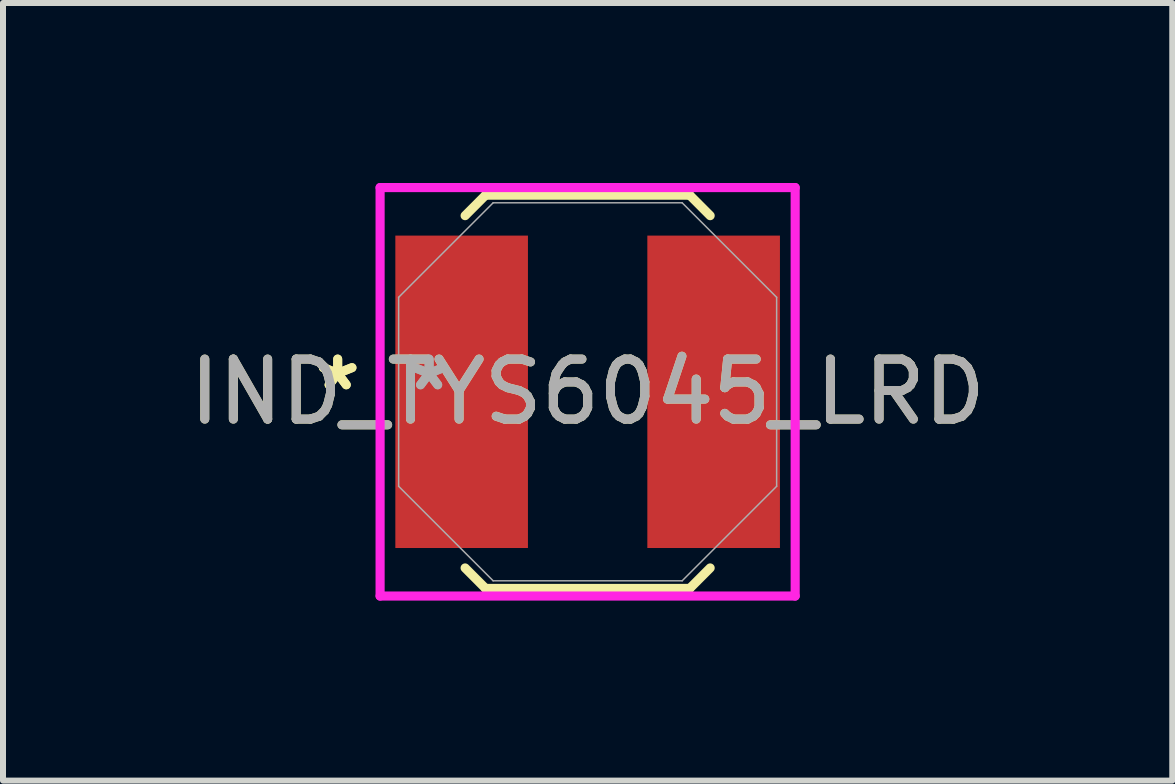
<source format=kicad_pcb>
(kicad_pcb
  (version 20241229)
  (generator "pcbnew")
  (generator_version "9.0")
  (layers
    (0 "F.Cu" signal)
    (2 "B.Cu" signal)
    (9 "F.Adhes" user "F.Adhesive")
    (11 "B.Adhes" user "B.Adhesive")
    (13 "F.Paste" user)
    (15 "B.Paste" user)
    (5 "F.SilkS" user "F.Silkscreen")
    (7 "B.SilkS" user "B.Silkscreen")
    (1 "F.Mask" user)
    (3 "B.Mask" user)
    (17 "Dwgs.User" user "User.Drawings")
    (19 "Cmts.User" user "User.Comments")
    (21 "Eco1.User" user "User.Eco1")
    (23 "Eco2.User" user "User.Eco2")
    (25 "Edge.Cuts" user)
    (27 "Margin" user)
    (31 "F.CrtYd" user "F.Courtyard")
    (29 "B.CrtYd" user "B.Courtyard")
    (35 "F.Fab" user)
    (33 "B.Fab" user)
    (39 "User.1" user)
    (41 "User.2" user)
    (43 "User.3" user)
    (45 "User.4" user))
  (footprint "IND_TYS6045_LRD"
    (layer "F.Cu")
    (at 6.744 3.48)
    (property "Reference" "IND_TYS6045_LRD" (at 0 0 0) (unlocked yes) (layer "F.SilkS") (effects (font (size 1 1) (thickness 0.15))))
    (attr smd)
    (fp_line (start -2.042 2.936) (end -1.702 3.277) (stroke (width 0.152) (type solid)) (layer "F.SilkS"))
    (fp_line (start -1.702 -3.277) (end -2.042 -2.936) (stroke (width 0.152) (type solid)) (layer "F.SilkS"))
    (fp_line (start -1.702 3.277) (end 1.702 3.277) (stroke (width 0.152) (type solid)) (layer "F.SilkS"))
    (fp_line (start 1.702 -3.277) (end -1.702 -3.277) (stroke (width 0.152) (type solid)) (layer "F.SilkS"))
    (fp_line (start 1.702 3.277) (end 2.042 2.936) (stroke (width 0.152) (type solid)) (layer "F.SilkS"))
    (fp_line (start 2.042 -2.936) (end 1.702 -3.277) (stroke (width 0.152) (type solid)) (layer "F.SilkS"))
    (fp_line (start -3.459 -3.404) (end 3.459 -3.404) (stroke (width 0.152) (type solid)) (layer "F.CrtYd"))
    (fp_line (start -3.459 3.404) (end -3.459 -3.404) (stroke (width 0.152) (type solid)) (layer "F.CrtYd"))
    (fp_line (start 3.459 -3.404) (end 3.459 3.404) (stroke (width 0.152) (type solid)) (layer "F.CrtYd"))
    (fp_line (start 3.459 3.404) (end -3.459 3.404) (stroke (width 0.152) (type solid)) (layer "F.CrtYd"))
    (fp_line (start -3.15 -1.575) (end -3.15 1.575) (stroke (width 0.025) (type solid)) (layer "F.Fab"))
    (fp_line (start -3.15 1.575) (end -1.575 3.15) (stroke (width 0.025) (type solid)) (layer "F.Fab"))
    (fp_line (start -1.575 -3.15) (end -3.15 -1.575) (stroke (width 0.025) (type solid)) (layer "F.Fab"))
    (fp_line (start -1.575 3.15) (end 1.575 3.15) (stroke (width 0.025) (type solid)) (layer "F.Fab"))
    (fp_line (start 1.575 -3.15) (end -1.575 -3.15) (stroke (width 0.025) (type solid)) (layer "F.Fab"))
    (fp_line (start 1.575 3.15) (end 3.15 1.575) (stroke (width 0.025) (type solid)) (layer "F.Fab"))
    (fp_line (start 3.15 -1.575) (end 1.575 -3.15) (stroke (width 0.025) (type solid)) (layer "F.Fab"))
    (fp_line (start 3.15 1.575) (end 3.15 -1.575) (stroke (width 0.025) (type solid)) (layer "F.Fab"))
    (fp_text user "*" (at -4.166 0 0) (layer "F.SilkS") (effects (font (size 1 1) (thickness 0.15))))
    (fp_text user "*" (at -4.166 0 0) (unlocked yes) (layer "F.SilkS") (effects (font (size 1 1) (thickness 0.15))))
    (fp_text user "*" (at -2.642 0 0) (unlocked yes) (layer "F.Fab") (effects (font (size 1 1) (thickness 0.15))))
    (fp_text user "*" (at -2.642 0 0) (layer "F.Fab") (effects (font (size 1 1) (thickness 0.15))))
    (fp_text user "${REFERENCE}" (at 0 0 0) (unlocked yes) (layer "F.Fab") (effects (font (size 1 1) (thickness 0.15))))
    (pad "1" smd rect (at -2.1 0) (size 2.21 5.207) (layers "F.Cu" "F.Mask" "F.Paste"))
    (pad "2" smd rect (at 2.1 0) (size 2.21 5.207) (layers "F.Cu" "F.Mask" "F.Paste")))
  (gr_rect
    (start -3 -3)
    (end 16.488 9.96)
    (stroke (width 0.1) (type default))
    (fill no)
    (layer "Edge.Cuts")))
</source>
